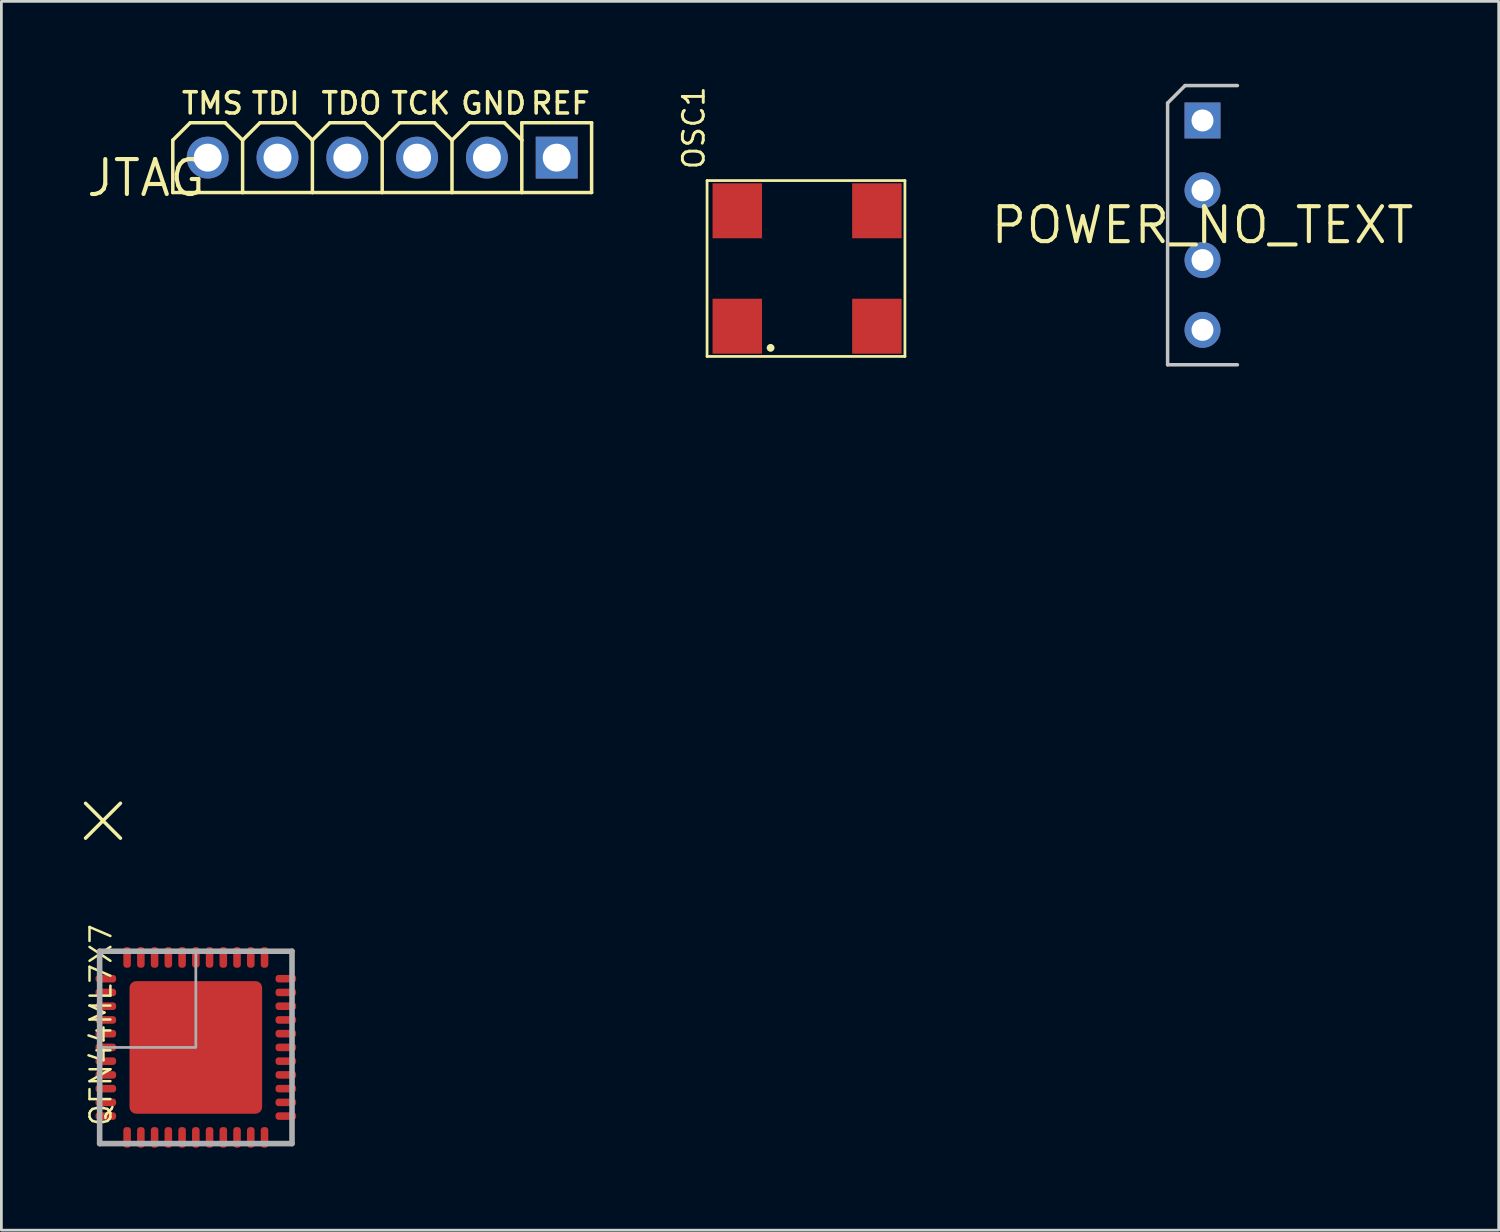
<source format=kicad_pcb>
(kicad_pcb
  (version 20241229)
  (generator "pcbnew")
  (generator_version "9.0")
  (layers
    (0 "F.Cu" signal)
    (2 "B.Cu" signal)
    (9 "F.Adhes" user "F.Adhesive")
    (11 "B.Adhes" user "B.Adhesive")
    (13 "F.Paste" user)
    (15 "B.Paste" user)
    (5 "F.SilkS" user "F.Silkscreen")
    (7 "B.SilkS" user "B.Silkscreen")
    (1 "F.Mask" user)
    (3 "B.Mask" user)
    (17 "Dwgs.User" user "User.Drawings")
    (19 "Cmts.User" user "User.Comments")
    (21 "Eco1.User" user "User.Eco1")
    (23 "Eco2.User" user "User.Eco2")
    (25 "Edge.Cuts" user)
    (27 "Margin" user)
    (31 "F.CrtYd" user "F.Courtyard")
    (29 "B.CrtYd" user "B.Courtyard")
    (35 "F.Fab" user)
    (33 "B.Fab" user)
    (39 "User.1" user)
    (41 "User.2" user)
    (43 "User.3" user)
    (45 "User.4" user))
  (footprint "POWER_NO_TEXT"
    (layer "F.Cu")
    (at 40.709 5.144)
    (property "Reference" "POWER_NO_TEXT" (at 0 0 0) (layer "F.SilkS") (effects (font (size 1.27 1.27) (thickness 0.15))))
    (attr through_hole)
    (fp_line (start -1.27 -4.445) (end -0.635 -5.08) (stroke (width 0.127) (type solid)) (layer "Dwgs.User"))
    (fp_line (start -1.27 5.08) (end -1.27 -4.445) (stroke (width 0.127) (type solid)) (layer "Dwgs.User"))
    (fp_line (start -1.27 5.08) (end 1.27 5.08) (stroke (width 0.127) (type solid)) (layer "Dwgs.User"))
    (fp_line (start -0.635 -5.08) (end 1.27 -5.08) (stroke (width 0.127) (type solid)) (layer "Dwgs.User"))
    (fp_poly (pts (xy -0.254 -3.556) (xy 0.254 -3.556) (xy 0.254 -4.064) (xy -0.254 -4.064)) (stroke (width 0.1) (type solid)) (fill no) (layer "F.Fab"))
    (fp_poly (pts (xy -0.254 -1.016) (xy 0.254 -1.016) (xy 0.254 -1.524) (xy -0.254 -1.524)) (stroke (width 0.1) (type solid)) (fill no) (layer "F.Fab"))
    (fp_poly (pts (xy -0.254 1.524) (xy 0.254 1.524) (xy 0.254 1.016) (xy -0.254 1.016)) (stroke (width 0.1) (type solid)) (fill no) (layer "F.Fab"))
    (fp_poly (pts (xy -0.254 4.064) (xy 0.254 4.064) (xy 0.254 3.556) (xy -0.254 3.556)) (stroke (width 0.1) (type solid)) (fill no) (layer "F.Fab"))
    (pad "P1" thru_hole rect (at 0 -3.81 270) (size 1.308 1.308) (drill 0.8) (layers "*.Cu" "*.Mask"))
    (pad "P2" thru_hole circle (at 0 -1.27 270) (size 1.308 1.308) (drill 0.8) (layers "*.Cu" "*.Mask"))
    (pad "P3" thru_hole circle (at 0 1.27 270) (size 1.308 1.308) (drill 0.8) (layers "*.Cu" "*.Mask"))
    (pad "P4" thru_hole circle (at 0 3.81 270) (size 1.308 1.308) (drill 0.8) (layers "*.Cu" "*.Mask")))
  (footprint "JTAG"
    (layer "F.Cu")
    (at 4.508 2.686)
    (property "Reference" "JTAG" (at 0 0 0) (layer "F.SilkS") (effects (font (size 1.27 1.27) (thickness 0.15)) (justify right top)))
    (attr through_hole)
    (fp_line (start -4.445 23.495) (end -3.81 24.13) (stroke (width 0.127) (type solid)) (layer "F.SilkS"))
    (fp_line (start -3.81 24.13) (end -4.445 24.765) (stroke (width 0.127) (type solid)) (layer "F.SilkS"))
    (fp_line (start -3.81 24.13) (end -3.175 23.495) (stroke (width 0.127) (type solid)) (layer "F.SilkS"))
    (fp_line (start -3.81 24.13) (end -3.175 24.765) (stroke (width 0.127) (type solid)) (layer "F.SilkS"))
    (fp_line (start -1.27 -0.635) (end -0.635 -1.27) (stroke (width 0.127) (type solid)) (layer "F.SilkS"))
    (fp_line (start -1.27 1.27) (end -1.27 -0.635) (stroke (width 0.127) (type solid)) (layer "F.SilkS"))
    (fp_line (start -0.635 -1.27) (end 0.635 -1.27) (stroke (width 0.127) (type solid)) (layer "F.SilkS"))
    (fp_line (start 0.635 -1.27) (end 1.27 -0.635) (stroke (width 0.127) (type solid)) (layer "F.SilkS"))
    (fp_line (start 1.27 -0.635) (end 1.905 -1.27) (stroke (width 0.127) (type solid)) (layer "F.SilkS"))
    (fp_line (start 1.27 1.27) (end -1.27 1.27) (stroke (width 0.127) (type solid)) (layer "F.SilkS"))
    (fp_line (start 1.27 1.27) (end 1.27 -0.635) (stroke (width 0.127) (type solid)) (layer "F.SilkS"))
    (fp_line (start 1.905 -1.27) (end 3.175 -1.27) (stroke (width 0.127) (type solid)) (layer "F.SilkS"))
    (fp_line (start 3.175 -1.27) (end 3.81 -0.635) (stroke (width 0.127) (type solid)) (layer "F.SilkS"))
    (fp_line (start 3.81 -0.635) (end 4.445 -1.27) (stroke (width 0.127) (type solid)) (layer "F.SilkS"))
    (fp_line (start 3.81 1.27) (end 1.27 1.27) (stroke (width 0.127) (type solid)) (layer "F.SilkS"))
    (fp_line (start 3.81 1.27) (end 3.81 -0.635) (stroke (width 0.127) (type solid)) (layer "F.SilkS"))
    (fp_line (start 4.445 -1.27) (end 5.715 -1.27) (stroke (width 0.127) (type solid)) (layer "F.SilkS"))
    (fp_line (start 6.35 -0.635) (end 5.715 -1.27) (stroke (width 0.127) (type solid)) (layer "F.SilkS"))
    (fp_line (start 6.35 -0.635) (end 6.985 -1.27) (stroke (width 0.127) (type solid)) (layer "F.SilkS"))
    (fp_line (start 6.35 1.27) (end 3.81 1.27) (stroke (width 0.127) (type solid)) (layer "F.SilkS"))
    (fp_line (start 6.35 1.27) (end 6.35 -0.635) (stroke (width 0.127) (type solid)) (layer "F.SilkS"))
    (fp_line (start 6.985 -1.27) (end 8.255 -1.27) (stroke (width 0.127) (type solid)) (layer "F.SilkS"))
    (fp_line (start 8.255 -1.27) (end 8.89 -0.635) (stroke (width 0.127) (type solid)) (layer "F.SilkS"))
    (fp_line (start 8.89 -0.635) (end 9.525 -1.27) (stroke (width 0.127) (type solid)) (layer "F.SilkS"))
    (fp_line (start 8.89 1.27) (end 6.35 1.27) (stroke (width 0.127) (type solid)) (layer "F.SilkS"))
    (fp_line (start 8.89 1.27) (end 8.89 -0.635) (stroke (width 0.127) (type solid)) (layer "F.SilkS"))
    (fp_line (start 9.525 -1.27) (end 10.795 -1.27) (stroke (width 0.127) (type solid)) (layer "F.SilkS"))
    (fp_line (start 10.795 -1.27) (end 11.43 -0.635) (stroke (width 0.127) (type solid)) (layer "F.SilkS"))
    (fp_line (start 11.43 -1.27) (end 13.97 -1.27) (stroke (width 0.127) (type solid)) (layer "F.SilkS"))
    (fp_line (start 11.43 -0.635) (end 11.43 -1.27) (stroke (width 0.127) (type solid)) (layer "F.SilkS"))
    (fp_line (start 11.43 1.27) (end 8.89 1.27) (stroke (width 0.127) (type solid)) (layer "F.SilkS"))
    (fp_line (start 11.43 1.27) (end 11.43 -0.635) (stroke (width 0.127) (type solid)) (layer "F.SilkS"))
    (fp_line (start 13.97 1.27) (end 11.43 1.27) (stroke (width 0.127) (type solid)) (layer "F.SilkS"))
    (fp_line (start 13.97 1.27) (end 13.97 -1.27) (stroke (width 0.127) (type solid)) (layer "F.SilkS"))
    (fp_poly (pts (xy -0.254 0.254) (xy 0.254 0.254) (xy 0.254 -0.254) (xy -0.254 -0.254)) (stroke (width 0.1) (type solid)) (fill no) (layer "F.Fab"))
    (fp_poly (pts (xy 2.286 0.254) (xy 2.794 0.254) (xy 2.794 -0.254) (xy 2.286 -0.254)) (stroke (width 0.1) (type solid)) (fill no) (layer "F.Fab"))
    (fp_poly (pts (xy 4.826 0.254) (xy 5.334 0.254) (xy 5.334 -0.254) (xy 4.826 -0.254)) (stroke (width 0.1) (type solid)) (fill no) (layer "F.Fab"))
    (fp_poly (pts (xy 7.366 0.254) (xy 7.874 0.254) (xy 7.874 -0.254) (xy 7.366 -0.254)) (stroke (width 0.1) (type solid)) (fill no) (layer "F.Fab"))
    (fp_poly (pts (xy 9.906 0.254) (xy 10.414 0.254) (xy 10.414 -0.254) (xy 9.906 -0.254)) (stroke (width 0.1) (type solid)) (fill no) (layer "F.Fab"))
    (fp_poly (pts (xy 12.446 0.254) (xy 12.954 0.254) (xy 12.954 -0.254) (xy 12.446 -0.254)) (stroke (width 0.1) (type solid)) (fill no) (layer "F.Fab"))
    (fp_text user "TDO" (at 4.064 -1.524 0) (layer "F.SilkS") (effects (font (size 0.772 0.772) (thickness 0.13)) (justify left bottom)))
    (fp_text user "TDI" (at 1.524 -1.524 0) (layer "F.SilkS") (effects (font (size 0.772 0.772) (thickness 0.13)) (justify left bottom)))
    (fp_text user "TCK" (at 6.604 -1.524 0) (layer "F.SilkS") (effects (font (size 0.772 0.772) (thickness 0.13)) (justify left bottom)))
    (fp_text user "GND" (at 9.144 -1.524 0) (layer "F.SilkS") (effects (font (size 0.772 0.772) (thickness 0.13)) (justify left bottom)))
    (fp_text user "REF" (at 11.684 -1.524 0) (layer "F.SilkS") (effects (font (size 0.772 0.772) (thickness 0.13)) (justify left bottom)))
    (fp_text user "TMS" (at -1.016 -1.524 0) (layer "F.SilkS") (effects (font (size 0.772 0.772) (thickness 0.13)) (justify left bottom)))
    (pad "JTAG_GND" thru_hole circle (at 10.16 0 180) (size 1.524 1.524) (drill 1.016) (layers "*.Cu" "*.Mask"))
    (pad "JTAG_REF" thru_hole rect (at 12.7 0 180) (size 1.524 1.524) (drill 1.016) (layers "*.Cu" "*.Mask"))
    (pad "JTAG_TCK" thru_hole circle (at 7.62 0 180) (size 1.524 1.524) (drill 1.016) (layers "*.Cu" "*.Mask"))
    (pad "JTAG_TDI" thru_hole circle (at 2.54 0 180) (size 1.524 1.524) (drill 1.016) (layers "*.Cu" "*.Mask"))
    (pad "JTAG_TDO" thru_hole circle (at 5.08 0 180) (size 1.524 1.524) (drill 1.016) (layers "*.Cu" "*.Mask"))
    (pad "JTAG_TMS" thru_hole circle (at 0 0 180) (size 1.524 1.524) (drill 1.016) (layers "*.Cu" "*.Mask")))
  (footprint "QFN44ML7X7"
    (layer "F.Cu")
    (at 4.076 35.065)
    (property "Reference" "QFN44ML7X7" (at -3.9 -4.55 90) (layer "F.SilkS") (effects (font (size 0.76 0.76) (thickness 0.091)) (justify right top)))
    (attr through_hole)
    (fp_circle (center 0 0) (end 0.635 0) (stroke (width 2.54) (type solid)) (fill no) (layer "F.Mask"))
    (fp_circle (center 0 0) (end 0.635 0) (stroke (width 1.27) (type solid)) (fill no) (layer "F.Paste"))
    (fp_line (start -3.5 -3.5) (end -3.5 3.5) (stroke (width 0.203) (type solid)) (layer "F.Fab"))
    (fp_line (start -3.5 3.5) (end 3.5 3.5) (stroke (width 0.203) (type solid)) (layer "F.Fab"))
    (fp_line (start 3.5 -3.5) (end -3.5 -3.5) (stroke (width 0.203) (type solid)) (layer "F.Fab"))
    (fp_line (start 3.5 3.5) (end 3.5 -3.5) (stroke (width 0.203) (type solid)) (layer "F.Fab"))
    (fp_poly (pts (xy -3.5 0) (xy 0 0) (xy 0 -3.5) (xy -3.5 -3.5)) (stroke (width 0.1) (type solid)) (fill no) (layer "F.Fab"))
    (pad "1" smd roundrect (at -3.275 -2.5) (size 0.75 0.275) (layers "F.Cu" "F.Mask" "F.Paste") (roundrect_rratio 0.4))
    (pad "2" smd roundrect (at -3.275 -2) (size 0.75 0.275) (layers "F.Cu" "F.Mask" "F.Paste") (roundrect_rratio 0.4))
    (pad "3" smd roundrect (at -3.275 -1.5) (size 0.75 0.275) (layers "F.Cu" "F.Mask" "F.Paste") (roundrect_rratio 0.4))
    (pad "4" smd roundrect (at -3.275 -1) (size 0.75 0.275) (layers "F.Cu" "F.Mask" "F.Paste") (roundrect_rratio 0.4))
    (pad "5" smd roundrect (at -3.275 -0.5) (size 0.75 0.275) (layers "F.Cu" "F.Mask" "F.Paste") (roundrect_rratio 0.4))
    (pad "6" smd roundrect (at -3.275 0) (size 0.75 0.275) (layers "F.Cu" "F.Mask" "F.Paste") (roundrect_rratio 0.4))
    (pad "7" smd roundrect (at -3.275 0.5) (size 0.75 0.275) (layers "F.Cu" "F.Mask" "F.Paste") (roundrect_rratio 0.4))
    (pad "8" smd roundrect (at -3.275 1) (size 0.75 0.275) (layers "F.Cu" "F.Mask" "F.Paste") (roundrect_rratio 0.4))
    (pad "9" smd roundrect (at -3.275 1.5) (size 0.75 0.275) (layers "F.Cu" "F.Mask" "F.Paste") (roundrect_rratio 0.4))
    (pad "10" smd roundrect (at -3.275 2) (size 0.75 0.275) (layers "F.Cu" "F.Mask" "F.Paste") (roundrect_rratio 0.4))
    (pad "11" smd roundrect (at -3.275 2.5) (size 0.75 0.275) (layers "F.Cu" "F.Mask" "F.Paste") (roundrect_rratio 0.4))
    (pad "12" smd roundrect (at -2.5 3.275 90) (size 0.75 0.275) (layers "F.Cu" "F.Mask" "F.Paste") (roundrect_rratio 0.4))
    (pad "13" smd roundrect (at -2 3.275 90) (size 0.75 0.275) (layers "F.Cu" "F.Mask" "F.Paste") (roundrect_rratio 0.4))
    (pad "14" smd roundrect (at -1.5 3.275 90) (size 0.75 0.275) (layers "F.Cu" "F.Mask" "F.Paste") (roundrect_rratio 0.4))
    (pad "15" smd roundrect (at -1 3.275 90) (size 0.75 0.275) (layers "F.Cu" "F.Mask" "F.Paste") (roundrect_rratio 0.4))
    (pad "16" smd roundrect (at -0.5 3.275 90) (size 0.75 0.275) (layers "F.Cu" "F.Mask" "F.Paste") (roundrect_rratio 0.4))
    (pad "17" smd roundrect (at 0 3.275 90) (size 0.75 0.275) (layers "F.Cu" "F.Mask" "F.Paste") (roundrect_rratio 0.4))
    (pad "18" smd roundrect (at 0.5 3.275 90) (size 0.75 0.275) (layers "F.Cu" "F.Mask" "F.Paste") (roundrect_rratio 0.4))
    (pad "19" smd roundrect (at 1 3.275 90) (size 0.75 0.275) (layers "F.Cu" "F.Mask" "F.Paste") (roundrect_rratio 0.4))
    (pad "20" smd roundrect (at 1.5 3.275 90) (size 0.75 0.275) (layers "F.Cu" "F.Mask" "F.Paste") (roundrect_rratio 0.4))
    (pad "21" smd roundrect (at 2 3.275 90) (size 0.75 0.275) (layers "F.Cu" "F.Mask" "F.Paste") (roundrect_rratio 0.4))
    (pad "22" smd roundrect (at 2.5 3.275 90) (size 0.75 0.275) (layers "F.Cu" "F.Mask" "F.Paste") (roundrect_rratio 0.4))
    (pad "23" smd roundrect (at 3.275 2.5 180) (size 0.75 0.275) (layers "F.Cu" "F.Mask" "F.Paste") (roundrect_rratio 0.4))
    (pad "24" smd roundrect (at 3.275 2 180) (size 0.75 0.275) (layers "F.Cu" "F.Mask" "F.Paste") (roundrect_rratio 0.4))
    (pad "25" smd roundrect (at 3.275 1.5 180) (size 0.75 0.275) (layers "F.Cu" "F.Mask" "F.Paste") (roundrect_rratio 0.4))
    (pad "26" smd roundrect (at 3.275 1 180) (size 0.75 0.275) (layers "F.Cu" "F.Mask" "F.Paste") (roundrect_rratio 0.4))
    (pad "27" smd roundrect (at 3.275 0.5 180) (size 0.75 0.275) (layers "F.Cu" "F.Mask" "F.Paste") (roundrect_rratio 0.4))
    (pad "28" smd roundrect (at 3.275 0 180) (size 0.75 0.275) (layers "F.Cu" "F.Mask" "F.Paste") (roundrect_rratio 0.4))
    (pad "29" smd roundrect (at 3.275 -0.5 180) (size 0.75 0.275) (layers "F.Cu" "F.Mask" "F.Paste") (roundrect_rratio 0.4))
    (pad "30" smd roundrect (at 3.275 -1 180) (size 0.75 0.275) (layers "F.Cu" "F.Mask" "F.Paste") (roundrect_rratio 0.4))
    (pad "31" smd roundrect (at 3.275 -1.5 180) (size 0.75 0.275) (layers "F.Cu" "F.Mask" "F.Paste") (roundrect_rratio 0.4))
    (pad "32" smd roundrect (at 3.275 -2 180) (size 0.75 0.275) (layers "F.Cu" "F.Mask" "F.Paste") (roundrect_rratio 0.4))
    (pad "33" smd roundrect (at 3.275 -2.5 180) (size 0.75 0.275) (layers "F.Cu" "F.Mask" "F.Paste") (roundrect_rratio 0.4))
    (pad "34" smd roundrect (at 2.5 -3.275 270) (size 0.75 0.275) (layers "F.Cu" "F.Mask" "F.Paste") (roundrect_rratio 0.4))
    (pad "35" smd roundrect (at 2 -3.275 270) (size 0.75 0.275) (layers "F.Cu" "F.Mask" "F.Paste") (roundrect_rratio 0.4))
    (pad "36" smd roundrect (at 1.5 -3.275 270) (size 0.75 0.275) (layers "F.Cu" "F.Mask" "F.Paste") (roundrect_rratio 0.4))
    (pad "37" smd roundrect (at 1 -3.275 270) (size 0.75 0.275) (layers "F.Cu" "F.Mask" "F.Paste") (roundrect_rratio 0.4))
    (pad "38" smd roundrect (at 0.5 -3.275 270) (size 0.75 0.275) (layers "F.Cu" "F.Mask" "F.Paste") (roundrect_rratio 0.4))
    (pad "39" smd roundrect (at 0 -3.275 270) (size 0.75 0.275) (layers "F.Cu" "F.Mask" "F.Paste") (roundrect_rratio 0.4))
    (pad "40" smd roundrect (at -0.5 -3.275 270) (size 0.75 0.275) (layers "F.Cu" "F.Mask" "F.Paste") (roundrect_rratio 0.4))
    (pad "41" smd roundrect (at -1 -3.275 270) (size 0.75 0.275) (layers "F.Cu" "F.Mask" "F.Paste") (roundrect_rratio 0.4))
    (pad "42" smd roundrect (at -1.5 -3.275 270) (size 0.75 0.275) (layers "F.Cu" "F.Mask" "F.Paste") (roundrect_rratio 0.4))
    (pad "43" smd roundrect (at -2 -3.275 270) (size 0.75 0.275) (layers "F.Cu" "F.Mask" "F.Paste") (roundrect_rratio 0.4))
    (pad "44" smd roundrect (at -2.5 -3.275 270) (size 0.75 0.275) (layers "F.Cu" "F.Mask" "F.Paste") (roundrect_rratio 0.4))
    (pad "EXP" smd roundrect (at 0 0) (size 4.826 4.826) (layers "F.Cu" "F.Mask") (roundrect_rratio 0.05)))
  (footprint "OSC1"
    (layer "F.Cu")
    (at 23.78 8.821)
    (property "Reference" "OSC1" (at -1.14 -5.65 90) (layer "F.SilkS") (effects (font (size 0.76 0.76) (thickness 0.106)) (justify left bottom)))
    (attr through_hole)
    (fp_line (start -1.1 -5.3) (end -1.1 1.1) (stroke (width 0.1) (type solid)) (layer "F.SilkS"))
    (fp_line (start -1.1 -5.3) (end 6.1 -5.3) (stroke (width 0.1) (type solid)) (layer "F.SilkS"))
    (fp_line (start -1.1 1.1) (end 6.1 1.1) (stroke (width 0.1) (type solid)) (layer "F.SilkS"))
    (fp_line (start 6.1 -5.3) (end 6.1 1.1) (stroke (width 0.1) (type solid)) (layer "F.SilkS"))
    (fp_circle (center 1.212 0.787) (end 1.354 0.787) (stroke (width 0) (type solid)) (fill yes) (layer "F.SilkS"))
    (pad "1@1" smd rect (at 0 0) (size 1.8 2) (layers "F.Cu" "F.Mask" "F.Paste"))
    (pad "2@2" smd rect (at 5.08 0) (size 1.8 2) (layers "F.Cu" "F.Mask" "F.Paste"))
    (pad "3@3" smd rect (at 5.08 -4.2) (size 1.8 2) (layers "F.Cu" "F.Mask" "F.Paste"))
    (pad "4@4" smd rect (at 0 -4.2) (size 1.8 2) (layers "F.Cu" "F.Mask" "F.Paste")))
  (gr_rect
    (start -3 -3)
    (end 51.487 41.715)
    (stroke (width 0.1) (type default))
    (fill no)
    (layer "Edge.Cuts")))
</source>
